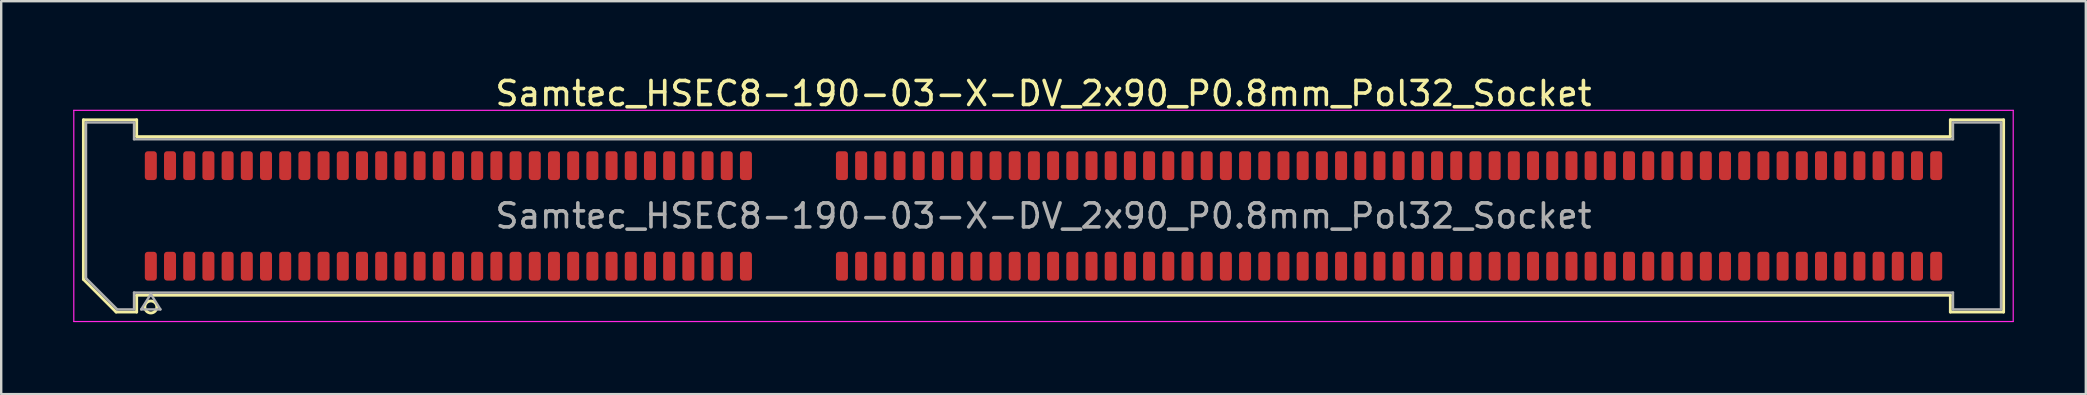
<source format=kicad_pcb>
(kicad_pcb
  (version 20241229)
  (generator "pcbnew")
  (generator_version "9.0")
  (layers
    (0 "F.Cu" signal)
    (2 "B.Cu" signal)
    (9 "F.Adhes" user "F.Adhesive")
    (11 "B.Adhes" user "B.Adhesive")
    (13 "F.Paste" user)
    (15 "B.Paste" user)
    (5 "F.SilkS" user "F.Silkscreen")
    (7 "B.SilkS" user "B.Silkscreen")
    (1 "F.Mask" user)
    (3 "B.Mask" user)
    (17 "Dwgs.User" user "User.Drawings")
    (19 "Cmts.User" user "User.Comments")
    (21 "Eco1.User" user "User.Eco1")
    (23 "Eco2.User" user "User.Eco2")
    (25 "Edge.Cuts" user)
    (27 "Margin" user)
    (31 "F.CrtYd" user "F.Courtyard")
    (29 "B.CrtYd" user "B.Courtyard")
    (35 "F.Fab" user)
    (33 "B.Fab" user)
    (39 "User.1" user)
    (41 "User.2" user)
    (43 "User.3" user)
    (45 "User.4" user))
  (footprint "Samtec_HSEC8-190-03-X-DV_2x90_P0.8mm_Pol32_Socket"
    (layer "F.Cu")
    (at 40.435 5.948)
    (property "Reference" "Samtec_HSEC8-190-03-X-DV_2x90_P0.8mm_Pol32_Socket" (at 0 -5.1 0) (layer "F.SilkS") (effects (font (size 1 1) (thickness 0.15))))
    (attr smd)
    (fp_line (start -40.01 -4.005) (end -37.79 -4.005) (stroke (width 0.12) (type solid)) (layer "F.SilkS"))
    (fp_line (start -40.01 2.641) (end -40.01 -4.005) (stroke (width 0.12) (type solid)) (layer "F.SilkS"))
    (fp_line (start -38.646 4.005) (end -40.01 2.641) (stroke (width 0.12) (type solid)) (layer "F.SilkS"))
    (fp_line (start -37.79 -4.005) (end -37.79 -3.305) (stroke (width 0.12) (type solid)) (layer "F.SilkS"))
    (fp_line (start -37.79 -3.305) (end 37.79 -3.305) (stroke (width 0.12) (type solid)) (layer "F.SilkS"))
    (fp_line (start -37.79 3.305) (end -37.79 4.005) (stroke (width 0.12) (type solid)) (layer "F.SilkS"))
    (fp_line (start -37.79 4.005) (end -38.646 4.005) (stroke (width 0.12) (type solid)) (layer "F.SilkS"))
    (fp_line (start 37.79 -4.005) (end 40.01 -4.005) (stroke (width 0.12) (type solid)) (layer "F.SilkS"))
    (fp_line (start 37.79 -3.305) (end 37.79 -4.005) (stroke (width 0.12) (type solid)) (layer "F.SilkS"))
    (fp_line (start 37.79 3.305) (end -37.79 3.305) (stroke (width 0.12) (type solid)) (layer "F.SilkS"))
    (fp_line (start 37.79 4.005) (end 37.79 3.305) (stroke (width 0.12) (type solid)) (layer "F.SilkS"))
    (fp_line (start 40.01 -4.005) (end 40.01 4.005) (stroke (width 0.12) (type solid)) (layer "F.SilkS"))
    (fp_line (start 40.01 4.005) (end 37.79 4.005) (stroke (width 0.12) (type solid)) (layer "F.SilkS"))
    (fp_circle (center -37.2 3.795) (end -36.95 3.795) (stroke (width 0.12) (type solid)) (fill no) (layer "F.SilkS"))
    (fp_line (start -40.41 -4.4) (end -40.41 4.4) (stroke (width 0.05) (type solid)) (layer "F.CrtYd"))
    (fp_line (start -40.41 4.4) (end 40.41 4.4) (stroke (width 0.05) (type solid)) (layer "F.CrtYd"))
    (fp_line (start 40.41 -4.4) (end -40.41 -4.4) (stroke (width 0.05) (type solid)) (layer "F.CrtYd"))
    (fp_line (start 40.41 4.4) (end 40.41 -4.4) (stroke (width 0.05) (type solid)) (layer "F.CrtYd"))
    (fp_line (start -39.9 -3.895) (end -37.9 -3.895) (stroke (width 0.1) (type solid)) (layer "F.Fab"))
    (fp_line (start -39.9 2.595) (end -39.9 -3.895) (stroke (width 0.1) (type solid)) (layer "F.Fab"))
    (fp_line (start -38.6 3.895) (end -39.9 2.595) (stroke (width 0.1) (type solid)) (layer "F.Fab"))
    (fp_line (start -37.9 -3.895) (end -37.9 -3.195) (stroke (width 0.1) (type solid)) (layer "F.Fab"))
    (fp_line (start -37.9 -3.195) (end 37.9 -3.195) (stroke (width 0.1) (type solid)) (layer "F.Fab"))
    (fp_line (start -37.9 3.195) (end -37.9 3.895) (stroke (width 0.1) (type solid)) (layer "F.Fab"))
    (fp_line (start -37.9 3.895) (end -38.6 3.895) (stroke (width 0.1) (type solid)) (layer "F.Fab"))
    (fp_line (start -37.6 3.895) (end -37.2 3.255) (stroke (width 0.1) (type solid)) (layer "F.Fab"))
    (fp_line (start -37.2 3.255) (end -36.8 3.895) (stroke (width 0.1) (type solid)) (layer "F.Fab"))
    (fp_line (start -36.8 3.895) (end -37.6 3.895) (stroke (width 0.1) (type solid)) (layer "F.Fab"))
    (fp_line (start 37.9 -3.895) (end 39.9 -3.895) (stroke (width 0.1) (type solid)) (layer "F.Fab"))
    (fp_line (start 37.9 -3.195) (end 37.9 -3.895) (stroke (width 0.1) (type solid)) (layer "F.Fab"))
    (fp_line (start 37.9 3.195) (end -37.9 3.195) (stroke (width 0.1) (type solid)) (layer "F.Fab"))
    (fp_line (start 37.9 3.895) (end 37.9 3.195) (stroke (width 0.1) (type solid)) (layer "F.Fab"))
    (fp_line (start 39.9 -3.895) (end 39.9 3.895) (stroke (width 0.1) (type solid)) (layer "F.Fab"))
    (fp_line (start 39.9 3.895) (end 37.9 3.895) (stroke (width 0.1) (type solid)) (layer "F.Fab"))
    (fp_text user "${REFERENCE}" (at 0 0 0) (layer "F.Fab") (effects (font (size 1 1) (thickness 0.15))))
    (pad "1" smd roundrect (at -37.2 2.095) (size 0.5 1.2) (layers "F.Cu" "F.Mask" "F.Paste") (roundrect_rratio 0.25))
    (pad "2" smd roundrect (at -37.2 -2.095) (size 0.5 1.2) (layers "F.Cu" "F.Mask" "F.Paste") (roundrect_rratio 0.25))
    (pad "3" smd roundrect (at -36.4 2.095) (size 0.5 1.2) (layers "F.Cu" "F.Mask" "F.Paste") (roundrect_rratio 0.25))
    (pad "4" smd roundrect (at -36.4 -2.095) (size 0.5 1.2) (layers "F.Cu" "F.Mask" "F.Paste") (roundrect_rratio 0.25))
    (pad "5" smd roundrect (at -35.6 2.095) (size 0.5 1.2) (layers "F.Cu" "F.Mask" "F.Paste") (roundrect_rratio 0.25))
    (pad "6" smd roundrect (at -35.6 -2.095) (size 0.5 1.2) (layers "F.Cu" "F.Mask" "F.Paste") (roundrect_rratio 0.25))
    (pad "7" smd roundrect (at -34.8 2.095) (size 0.5 1.2) (layers "F.Cu" "F.Mask" "F.Paste") (roundrect_rratio 0.25))
    (pad "8" smd roundrect (at -34.8 -2.095) (size 0.5 1.2) (layers "F.Cu" "F.Mask" "F.Paste") (roundrect_rratio 0.25))
    (pad "9" smd roundrect (at -34 2.095) (size 0.5 1.2) (layers "F.Cu" "F.Mask" "F.Paste") (roundrect_rratio 0.25))
    (pad "10" smd roundrect (at -34 -2.095) (size 0.5 1.2) (layers "F.Cu" "F.Mask" "F.Paste") (roundrect_rratio 0.25))
    (pad "11" smd roundrect (at -33.2 2.095) (size 0.5 1.2) (layers "F.Cu" "F.Mask" "F.Paste") (roundrect_rratio 0.25))
    (pad "12" smd roundrect (at -33.2 -2.095) (size 0.5 1.2) (layers "F.Cu" "F.Mask" "F.Paste") (roundrect_rratio 0.25))
    (pad "13" smd roundrect (at -32.4 2.095) (size 0.5 1.2) (layers "F.Cu" "F.Mask" "F.Paste") (roundrect_rratio 0.25))
    (pad "14" smd roundrect (at -32.4 -2.095) (size 0.5 1.2) (layers "F.Cu" "F.Mask" "F.Paste") (roundrect_rratio 0.25))
    (pad "15" smd roundrect (at -31.6 2.095) (size 0.5 1.2) (layers "F.Cu" "F.Mask" "F.Paste") (roundrect_rratio 0.25))
    (pad "16" smd roundrect (at -31.6 -2.095) (size 0.5 1.2) (layers "F.Cu" "F.Mask" "F.Paste") (roundrect_rratio 0.25))
    (pad "17" smd roundrect (at -30.8 2.095) (size 0.5 1.2) (layers "F.Cu" "F.Mask" "F.Paste") (roundrect_rratio 0.25))
    (pad "18" smd roundrect (at -30.8 -2.095) (size 0.5 1.2) (layers "F.Cu" "F.Mask" "F.Paste") (roundrect_rratio 0.25))
    (pad "19" smd roundrect (at -30 2.095) (size 0.5 1.2) (layers "F.Cu" "F.Mask" "F.Paste") (roundrect_rratio 0.25))
    (pad "20" smd roundrect (at -30 -2.095) (size 0.5 1.2) (layers "F.Cu" "F.Mask" "F.Paste") (roundrect_rratio 0.25))
    (pad "21" smd roundrect (at -29.2 2.095) (size 0.5 1.2) (layers "F.Cu" "F.Mask" "F.Paste") (roundrect_rratio 0.25))
    (pad "22" smd roundrect (at -29.2 -2.095) (size 0.5 1.2) (layers "F.Cu" "F.Mask" "F.Paste") (roundrect_rratio 0.25))
    (pad "23" smd roundrect (at -28.4 2.095) (size 0.5 1.2) (layers "F.Cu" "F.Mask" "F.Paste") (roundrect_rratio 0.25))
    (pad "24" smd roundrect (at -28.4 -2.095) (size 0.5 1.2) (layers "F.Cu" "F.Mask" "F.Paste") (roundrect_rratio 0.25))
    (pad "25" smd roundrect (at -27.6 2.095) (size 0.5 1.2) (layers "F.Cu" "F.Mask" "F.Paste") (roundrect_rratio 0.25))
    (pad "26" smd roundrect (at -27.6 -2.095) (size 0.5 1.2) (layers "F.Cu" "F.Mask" "F.Paste") (roundrect_rratio 0.25))
    (pad "27" smd roundrect (at -26.8 2.095) (size 0.5 1.2) (layers "F.Cu" "F.Mask" "F.Paste") (roundrect_rratio 0.25))
    (pad "28" smd roundrect (at -26.8 -2.095) (size 0.5 1.2) (layers "F.Cu" "F.Mask" "F.Paste") (roundrect_rratio 0.25))
    (pad "29" smd roundrect (at -26 2.095) (size 0.5 1.2) (layers "F.Cu" "F.Mask" "F.Paste") (roundrect_rratio 0.25))
    (pad "30" smd roundrect (at -26 -2.095) (size 0.5 1.2) (layers "F.Cu" "F.Mask" "F.Paste") (roundrect_rratio 0.25))
    (pad "31" smd roundrect (at -25.2 2.095) (size 0.5 1.2) (layers "F.Cu" "F.Mask" "F.Paste") (roundrect_rratio 0.25))
    (pad "32" smd roundrect (at -25.2 -2.095) (size 0.5 1.2) (layers "F.Cu" "F.Mask" "F.Paste") (roundrect_rratio 0.25))
    (pad "33" smd roundrect (at -24.4 2.095) (size 0.5 1.2) (layers "F.Cu" "F.Mask" "F.Paste") (roundrect_rratio 0.25))
    (pad "34" smd roundrect (at -24.4 -2.095) (size 0.5 1.2) (layers "F.Cu" "F.Mask" "F.Paste") (roundrect_rratio 0.25))
    (pad "35" smd roundrect (at -23.6 2.095) (size 0.5 1.2) (layers "F.Cu" "F.Mask" "F.Paste") (roundrect_rratio 0.25))
    (pad "36" smd roundrect (at -23.6 -2.095) (size 0.5 1.2) (layers "F.Cu" "F.Mask" "F.Paste") (roundrect_rratio 0.25))
    (pad "37" smd roundrect (at -22.8 2.095) (size 0.5 1.2) (layers "F.Cu" "F.Mask" "F.Paste") (roundrect_rratio 0.25))
    (pad "38" smd roundrect (at -22.8 -2.095) (size 0.5 1.2) (layers "F.Cu" "F.Mask" "F.Paste") (roundrect_rratio 0.25))
    (pad "39" smd roundrect (at -22 2.095) (size 0.5 1.2) (layers "F.Cu" "F.Mask" "F.Paste") (roundrect_rratio 0.25))
    (pad "40" smd roundrect (at -22 -2.095) (size 0.5 1.2) (layers "F.Cu" "F.Mask" "F.Paste") (roundrect_rratio 0.25))
    (pad "41" smd roundrect (at -21.2 2.095) (size 0.5 1.2) (layers "F.Cu" "F.Mask" "F.Paste") (roundrect_rratio 0.25))
    (pad "42" smd roundrect (at -21.2 -2.095) (size 0.5 1.2) (layers "F.Cu" "F.Mask" "F.Paste") (roundrect_rratio 0.25))
    (pad "43" smd roundrect (at -20.4 2.095) (size 0.5 1.2) (layers "F.Cu" "F.Mask" "F.Paste") (roundrect_rratio 0.25))
    (pad "44" smd roundrect (at -20.4 -2.095) (size 0.5 1.2) (layers "F.Cu" "F.Mask" "F.Paste") (roundrect_rratio 0.25))
    (pad "45" smd roundrect (at -19.6 2.095) (size 0.5 1.2) (layers "F.Cu" "F.Mask" "F.Paste") (roundrect_rratio 0.25))
    (pad "46" smd roundrect (at -19.6 -2.095) (size 0.5 1.2) (layers "F.Cu" "F.Mask" "F.Paste") (roundrect_rratio 0.25))
    (pad "47" smd roundrect (at -18.8 2.095) (size 0.5 1.2) (layers "F.Cu" "F.Mask" "F.Paste") (roundrect_rratio 0.25))
    (pad "48" smd roundrect (at -18.8 -2.095) (size 0.5 1.2) (layers "F.Cu" "F.Mask" "F.Paste") (roundrect_rratio 0.25))
    (pad "49" smd roundrect (at -18 2.095) (size 0.5 1.2) (layers "F.Cu" "F.Mask" "F.Paste") (roundrect_rratio 0.25))
    (pad "50" smd roundrect (at -18 -2.095) (size 0.5 1.2) (layers "F.Cu" "F.Mask" "F.Paste") (roundrect_rratio 0.25))
    (pad "51" smd roundrect (at -17.2 2.095) (size 0.5 1.2) (layers "F.Cu" "F.Mask" "F.Paste") (roundrect_rratio 0.25))
    (pad "52" smd roundrect (at -17.2 -2.095) (size 0.5 1.2) (layers "F.Cu" "F.Mask" "F.Paste") (roundrect_rratio 0.25))
    (pad "53" smd roundrect (at -16.4 2.095) (size 0.5 1.2) (layers "F.Cu" "F.Mask" "F.Paste") (roundrect_rratio 0.25))
    (pad "54" smd roundrect (at -16.4 -2.095) (size 0.5 1.2) (layers "F.Cu" "F.Mask" "F.Paste") (roundrect_rratio 0.25))
    (pad "55" smd roundrect (at -15.6 2.095) (size 0.5 1.2) (layers "F.Cu" "F.Mask" "F.Paste") (roundrect_rratio 0.25))
    (pad "56" smd roundrect (at -15.6 -2.095) (size 0.5 1.2) (layers "F.Cu" "F.Mask" "F.Paste") (roundrect_rratio 0.25))
    (pad "57" smd roundrect (at -14.8 2.095) (size 0.5 1.2) (layers "F.Cu" "F.Mask" "F.Paste") (roundrect_rratio 0.25))
    (pad "58" smd roundrect (at -14.8 -2.095) (size 0.5 1.2) (layers "F.Cu" "F.Mask" "F.Paste") (roundrect_rratio 0.25))
    (pad "59" smd roundrect (at -14 2.095) (size 0.5 1.2) (layers "F.Cu" "F.Mask" "F.Paste") (roundrect_rratio 0.25))
    (pad "60" smd roundrect (at -14 -2.095) (size 0.5 1.2) (layers "F.Cu" "F.Mask" "F.Paste") (roundrect_rratio 0.25))
    (pad "61" smd roundrect (at -13.2 2.095) (size 0.5 1.2) (layers "F.Cu" "F.Mask" "F.Paste") (roundrect_rratio 0.25))
    (pad "62" smd roundrect (at -13.2 -2.095) (size 0.5 1.2) (layers "F.Cu" "F.Mask" "F.Paste") (roundrect_rratio 0.25))
    (pad "63" smd roundrect (at -12.4 2.095) (size 0.5 1.2) (layers "F.Cu" "F.Mask" "F.Paste") (roundrect_rratio 0.25))
    (pad "64" smd roundrect (at -12.4 -2.095) (size 0.5 1.2) (layers "F.Cu" "F.Mask" "F.Paste") (roundrect_rratio 0.25))
    (pad "65" smd roundrect (at -8.4 2.095) (size 0.5 1.2) (layers "F.Cu" "F.Mask" "F.Paste") (roundrect_rratio 0.25))
    (pad "66" smd roundrect (at -8.4 -2.095) (size 0.5 1.2) (layers "F.Cu" "F.Mask" "F.Paste") (roundrect_rratio 0.25))
    (pad "67" smd roundrect (at -7.6 2.095) (size 0.5 1.2) (layers "F.Cu" "F.Mask" "F.Paste") (roundrect_rratio 0.25))
    (pad "68" smd roundrect (at -7.6 -2.095) (size 0.5 1.2) (layers "F.Cu" "F.Mask" "F.Paste") (roundrect_rratio 0.25))
    (pad "69" smd roundrect (at -6.8 2.095) (size 0.5 1.2) (layers "F.Cu" "F.Mask" "F.Paste") (roundrect_rratio 0.25))
    (pad "70" smd roundrect (at -6.8 -2.095) (size 0.5 1.2) (layers "F.Cu" "F.Mask" "F.Paste") (roundrect_rratio 0.25))
    (pad "71" smd roundrect (at -6 2.095) (size 0.5 1.2) (layers "F.Cu" "F.Mask" "F.Paste") (roundrect_rratio 0.25))
    (pad "72" smd roundrect (at -6 -2.095) (size 0.5 1.2) (layers "F.Cu" "F.Mask" "F.Paste") (roundrect_rratio 0.25))
    (pad "73" smd roundrect (at -5.2 2.095) (size 0.5 1.2) (layers "F.Cu" "F.Mask" "F.Paste") (roundrect_rratio 0.25))
    (pad "74" smd roundrect (at -5.2 -2.095) (size 0.5 1.2) (layers "F.Cu" "F.Mask" "F.Paste") (roundrect_rratio 0.25))
    (pad "75" smd roundrect (at -4.4 2.095) (size 0.5 1.2) (layers "F.Cu" "F.Mask" "F.Paste") (roundrect_rratio 0.25))
    (pad "76" smd roundrect (at -4.4 -2.095) (size 0.5 1.2) (layers "F.Cu" "F.Mask" "F.Paste") (roundrect_rratio 0.25))
    (pad "77" smd roundrect (at -3.6 2.095) (size 0.5 1.2) (layers "F.Cu" "F.Mask" "F.Paste") (roundrect_rratio 0.25))
    (pad "78" smd roundrect (at -3.6 -2.095) (size 0.5 1.2) (layers "F.Cu" "F.Mask" "F.Paste") (roundrect_rratio 0.25))
    (pad "79" smd roundrect (at -2.8 2.095) (size 0.5 1.2) (layers "F.Cu" "F.Mask" "F.Paste") (roundrect_rratio 0.25))
    (pad "80" smd roundrect (at -2.8 -2.095) (size 0.5 1.2) (layers "F.Cu" "F.Mask" "F.Paste") (roundrect_rratio 0.25))
    (pad "81" smd roundrect (at -2 2.095) (size 0.5 1.2) (layers "F.Cu" "F.Mask" "F.Paste") (roundrect_rratio 0.25))
    (pad "82" smd roundrect (at -2 -2.095) (size 0.5 1.2) (layers "F.Cu" "F.Mask" "F.Paste") (roundrect_rratio 0.25))
    (pad "83" smd roundrect (at -1.2 2.095) (size 0.5 1.2) (layers "F.Cu" "F.Mask" "F.Paste") (roundrect_rratio 0.25))
    (pad "84" smd roundrect (at -1.2 -2.095) (size 0.5 1.2) (layers "F.Cu" "F.Mask" "F.Paste") (roundrect_rratio 0.25))
    (pad "85" smd roundrect (at -0.4 2.095) (size 0.5 1.2) (layers "F.Cu" "F.Mask" "F.Paste") (roundrect_rratio 0.25))
    (pad "86" smd roundrect (at -0.4 -2.095) (size 0.5 1.2) (layers "F.Cu" "F.Mask" "F.Paste") (roundrect_rratio 0.25))
    (pad "87" smd roundrect (at 0.4 2.095) (size 0.5 1.2) (layers "F.Cu" "F.Mask" "F.Paste") (roundrect_rratio 0.25))
    (pad "88" smd roundrect (at 0.4 -2.095) (size 0.5 1.2) (layers "F.Cu" "F.Mask" "F.Paste") (roundrect_rratio 0.25))
    (pad "89" smd roundrect (at 1.2 2.095) (size 0.5 1.2) (layers "F.Cu" "F.Mask" "F.Paste") (roundrect_rratio 0.25))
    (pad "90" smd roundrect (at 1.2 -2.095) (size 0.5 1.2) (layers "F.Cu" "F.Mask" "F.Paste") (roundrect_rratio 0.25))
    (pad "91" smd roundrect (at 2 2.095) (size 0.5 1.2) (layers "F.Cu" "F.Mask" "F.Paste") (roundrect_rratio 0.25))
    (pad "92" smd roundrect (at 2 -2.095) (size 0.5 1.2) (layers "F.Cu" "F.Mask" "F.Paste") (roundrect_rratio 0.25))
    (pad "93" smd roundrect (at 2.8 2.095) (size 0.5 1.2) (layers "F.Cu" "F.Mask" "F.Paste") (roundrect_rratio 0.25))
    (pad "94" smd roundrect (at 2.8 -2.095) (size 0.5 1.2) (layers "F.Cu" "F.Mask" "F.Paste") (roundrect_rratio 0.25))
    (pad "95" smd roundrect (at 3.6 2.095) (size 0.5 1.2) (layers "F.Cu" "F.Mask" "F.Paste") (roundrect_rratio 0.25))
    (pad "96" smd roundrect (at 3.6 -2.095) (size 0.5 1.2) (layers "F.Cu" "F.Mask" "F.Paste") (roundrect_rratio 0.25))
    (pad "97" smd roundrect (at 4.4 2.095) (size 0.5 1.2) (layers "F.Cu" "F.Mask" "F.Paste") (roundrect_rratio 0.25))
    (pad "98" smd roundrect (at 4.4 -2.095) (size 0.5 1.2) (layers "F.Cu" "F.Mask" "F.Paste") (roundrect_rratio 0.25))
    (pad "99" smd roundrect (at 5.2 2.095) (size 0.5 1.2) (layers "F.Cu" "F.Mask" "F.Paste") (roundrect_rratio 0.25))
    (pad "100" smd roundrect (at 5.2 -2.095) (size 0.5 1.2) (layers "F.Cu" "F.Mask" "F.Paste") (roundrect_rratio 0.25))
    (pad "101" smd roundrect (at 6 2.095) (size 0.5 1.2) (layers "F.Cu" "F.Mask" "F.Paste") (roundrect_rratio 0.25))
    (pad "102" smd roundrect (at 6 -2.095) (size 0.5 1.2) (layers "F.Cu" "F.Mask" "F.Paste") (roundrect_rratio 0.25))
    (pad "103" smd roundrect (at 6.8 2.095) (size 0.5 1.2) (layers "F.Cu" "F.Mask" "F.Paste") (roundrect_rratio 0.25))
    (pad "104" smd roundrect (at 6.8 -2.095) (size 0.5 1.2) (layers "F.Cu" "F.Mask" "F.Paste") (roundrect_rratio 0.25))
    (pad "105" smd roundrect (at 7.6 2.095) (size 0.5 1.2) (layers "F.Cu" "F.Mask" "F.Paste") (roundrect_rratio 0.25))
    (pad "106" smd roundrect (at 7.6 -2.095) (size 0.5 1.2) (layers "F.Cu" "F.Mask" "F.Paste") (roundrect_rratio 0.25))
    (pad "107" smd roundrect (at 8.4 2.095) (size 0.5 1.2) (layers "F.Cu" "F.Mask" "F.Paste") (roundrect_rratio 0.25))
    (pad "108" smd roundrect (at 8.4 -2.095) (size 0.5 1.2) (layers "F.Cu" "F.Mask" "F.Paste") (roundrect_rratio 0.25))
    (pad "109" smd roundrect (at 9.2 2.095) (size 0.5 1.2) (layers "F.Cu" "F.Mask" "F.Paste") (roundrect_rratio 0.25))
    (pad "110" smd roundrect (at 9.2 -2.095) (size 0.5 1.2) (layers "F.Cu" "F.Mask" "F.Paste") (roundrect_rratio 0.25))
    (pad "111" smd roundrect (at 10 2.095) (size 0.5 1.2) (layers "F.Cu" "F.Mask" "F.Paste") (roundrect_rratio 0.25))
    (pad "112" smd roundrect (at 10 -2.095) (size 0.5 1.2) (layers "F.Cu" "F.Mask" "F.Paste") (roundrect_rratio 0.25))
    (pad "113" smd roundrect (at 10.8 2.095) (size 0.5 1.2) (layers "F.Cu" "F.Mask" "F.Paste") (roundrect_rratio 0.25))
    (pad "114" smd roundrect (at 10.8 -2.095) (size 0.5 1.2) (layers "F.Cu" "F.Mask" "F.Paste") (roundrect_rratio 0.25))
    (pad "115" smd roundrect (at 11.6 2.095) (size 0.5 1.2) (layers "F.Cu" "F.Mask" "F.Paste") (roundrect_rratio 0.25))
    (pad "116" smd roundrect (at 11.6 -2.095) (size 0.5 1.2) (layers "F.Cu" "F.Mask" "F.Paste") (roundrect_rratio 0.25))
    (pad "117" smd roundrect (at 12.4 2.095) (size 0.5 1.2) (layers "F.Cu" "F.Mask" "F.Paste") (roundrect_rratio 0.25))
    (pad "118" smd roundrect (at 12.4 -2.095) (size 0.5 1.2) (layers "F.Cu" "F.Mask" "F.Paste") (roundrect_rratio 0.25))
    (pad "119" smd roundrect (at 13.2 2.095) (size 0.5 1.2) (layers "F.Cu" "F.Mask" "F.Paste") (roundrect_rratio 0.25))
    (pad "120" smd roundrect (at 13.2 -2.095) (size 0.5 1.2) (layers "F.Cu" "F.Mask" "F.Paste") (roundrect_rratio 0.25))
    (pad "121" smd roundrect (at 14 2.095) (size 0.5 1.2) (layers "F.Cu" "F.Mask" "F.Paste") (roundrect_rratio 0.25))
    (pad "122" smd roundrect (at 14 -2.095) (size 0.5 1.2) (layers "F.Cu" "F.Mask" "F.Paste") (roundrect_rratio 0.25))
    (pad "123" smd roundrect (at 14.8 2.095) (size 0.5 1.2) (layers "F.Cu" "F.Mask" "F.Paste") (roundrect_rratio 0.25))
    (pad "124" smd roundrect (at 14.8 -2.095) (size 0.5 1.2) (layers "F.Cu" "F.Mask" "F.Paste") (roundrect_rratio 0.25))
    (pad "125" smd roundrect (at 15.6 2.095) (size 0.5 1.2) (layers "F.Cu" "F.Mask" "F.Paste") (roundrect_rratio 0.25))
    (pad "126" smd roundrect (at 15.6 -2.095) (size 0.5 1.2) (layers "F.Cu" "F.Mask" "F.Paste") (roundrect_rratio 0.25))
    (pad "127" smd roundrect (at 16.4 2.095) (size 0.5 1.2) (layers "F.Cu" "F.Mask" "F.Paste") (roundrect_rratio 0.25))
    (pad "128" smd roundrect (at 16.4 -2.095) (size 0.5 1.2) (layers "F.Cu" "F.Mask" "F.Paste") (roundrect_rratio 0.25))
    (pad "129" smd roundrect (at 17.2 2.095) (size 0.5 1.2) (layers "F.Cu" "F.Mask" "F.Paste") (roundrect_rratio 0.25))
    (pad "130" smd roundrect (at 17.2 -2.095) (size 0.5 1.2) (layers "F.Cu" "F.Mask" "F.Paste") (roundrect_rratio 0.25))
    (pad "131" smd roundrect (at 18 2.095) (size 0.5 1.2) (layers "F.Cu" "F.Mask" "F.Paste") (roundrect_rratio 0.25))
    (pad "132" smd roundrect (at 18 -2.095) (size 0.5 1.2) (layers "F.Cu" "F.Mask" "F.Paste") (roundrect_rratio 0.25))
    (pad "133" smd roundrect (at 18.8 2.095) (size 0.5 1.2) (layers "F.Cu" "F.Mask" "F.Paste") (roundrect_rratio 0.25))
    (pad "134" smd roundrect (at 18.8 -2.095) (size 0.5 1.2) (layers "F.Cu" "F.Mask" "F.Paste") (roundrect_rratio 0.25))
    (pad "135" smd roundrect (at 19.6 2.095) (size 0.5 1.2) (layers "F.Cu" "F.Mask" "F.Paste") (roundrect_rratio 0.25))
    (pad "136" smd roundrect (at 19.6 -2.095) (size 0.5 1.2) (layers "F.Cu" "F.Mask" "F.Paste") (roundrect_rratio 0.25))
    (pad "137" smd roundrect (at 20.4 2.095) (size 0.5 1.2) (layers "F.Cu" "F.Mask" "F.Paste") (roundrect_rratio 0.25))
    (pad "138" smd roundrect (at 20.4 -2.095) (size 0.5 1.2) (layers "F.Cu" "F.Mask" "F.Paste") (roundrect_rratio 0.25))
    (pad "139" smd roundrect (at 21.2 2.095) (size 0.5 1.2) (layers "F.Cu" "F.Mask" "F.Paste") (roundrect_rratio 0.25))
    (pad "140" smd roundrect (at 21.2 -2.095) (size 0.5 1.2) (layers "F.Cu" "F.Mask" "F.Paste") (roundrect_rratio 0.25))
    (pad "141" smd roundrect (at 22 2.095) (size 0.5 1.2) (layers "F.Cu" "F.Mask" "F.Paste") (roundrect_rratio 0.25))
    (pad "142" smd roundrect (at 22 -2.095) (size 0.5 1.2) (layers "F.Cu" "F.Mask" "F.Paste") (roundrect_rratio 0.25))
    (pad "143" smd roundrect (at 22.8 2.095) (size 0.5 1.2) (layers "F.Cu" "F.Mask" "F.Paste") (roundrect_rratio 0.25))
    (pad "144" smd roundrect (at 22.8 -2.095) (size 0.5 1.2) (layers "F.Cu" "F.Mask" "F.Paste") (roundrect_rratio 0.25))
    (pad "145" smd roundrect (at 23.6 2.095) (size 0.5 1.2) (layers "F.Cu" "F.Mask" "F.Paste") (roundrect_rratio 0.25))
    (pad "146" smd roundrect (at 23.6 -2.095) (size 0.5 1.2) (layers "F.Cu" "F.Mask" "F.Paste") (roundrect_rratio 0.25))
    (pad "147" smd roundrect (at 24.4 2.095) (size 0.5 1.2) (layers "F.Cu" "F.Mask" "F.Paste") (roundrect_rratio 0.25))
    (pad "148" smd roundrect (at 24.4 -2.095) (size 0.5 1.2) (layers "F.Cu" "F.Mask" "F.Paste") (roundrect_rratio 0.25))
    (pad "149" smd roundrect (at 25.2 2.095) (size 0.5 1.2) (layers "F.Cu" "F.Mask" "F.Paste") (roundrect_rratio 0.25))
    (pad "150" smd roundrect (at 25.2 -2.095) (size 0.5 1.2) (layers "F.Cu" "F.Mask" "F.Paste") (roundrect_rratio 0.25))
    (pad "151" smd roundrect (at 26 2.095) (size 0.5 1.2) (layers "F.Cu" "F.Mask" "F.Paste") (roundrect_rratio 0.25))
    (pad "152" smd roundrect (at 26 -2.095) (size 0.5 1.2) (layers "F.Cu" "F.Mask" "F.Paste") (roundrect_rratio 0.25))
    (pad "153" smd roundrect (at 26.8 2.095) (size 0.5 1.2) (layers "F.Cu" "F.Mask" "F.Paste") (roundrect_rratio 0.25))
    (pad "154" smd roundrect (at 26.8 -2.095) (size 0.5 1.2) (layers "F.Cu" "F.Mask" "F.Paste") (roundrect_rratio 0.25))
    (pad "155" smd roundrect (at 27.6 2.095) (size 0.5 1.2) (layers "F.Cu" "F.Mask" "F.Paste") (roundrect_rratio 0.25))
    (pad "156" smd roundrect (at 27.6 -2.095) (size 0.5 1.2) (layers "F.Cu" "F.Mask" "F.Paste") (roundrect_rratio 0.25))
    (pad "157" smd roundrect (at 28.4 2.095) (size 0.5 1.2) (layers "F.Cu" "F.Mask" "F.Paste") (roundrect_rratio 0.25))
    (pad "158" smd roundrect (at 28.4 -2.095) (size 0.5 1.2) (layers "F.Cu" "F.Mask" "F.Paste") (roundrect_rratio 0.25))
    (pad "159" smd roundrect (at 29.2 2.095) (size 0.5 1.2) (layers "F.Cu" "F.Mask" "F.Paste") (roundrect_rratio 0.25))
    (pad "160" smd roundrect (at 29.2 -2.095) (size 0.5 1.2) (layers "F.Cu" "F.Mask" "F.Paste") (roundrect_rratio 0.25))
    (pad "161" smd roundrect (at 30 2.095) (size 0.5 1.2) (layers "F.Cu" "F.Mask" "F.Paste") (roundrect_rratio 0.25))
    (pad "162" smd roundrect (at 30 -2.095) (size 0.5 1.2) (layers "F.Cu" "F.Mask" "F.Paste") (roundrect_rratio 0.25))
    (pad "163" smd roundrect (at 30.8 2.095) (size 0.5 1.2) (layers "F.Cu" "F.Mask" "F.Paste") (roundrect_rratio 0.25))
    (pad "164" smd roundrect (at 30.8 -2.095) (size 0.5 1.2) (layers "F.Cu" "F.Mask" "F.Paste") (roundrect_rratio 0.25))
    (pad "165" smd roundrect (at 31.6 2.095) (size 0.5 1.2) (layers "F.Cu" "F.Mask" "F.Paste") (roundrect_rratio 0.25))
    (pad "166" smd roundrect (at 31.6 -2.095) (size 0.5 1.2) (layers "F.Cu" "F.Mask" "F.Paste") (roundrect_rratio 0.25))
    (pad "167" smd roundrect (at 32.4 2.095) (size 0.5 1.2) (layers "F.Cu" "F.Mask" "F.Paste") (roundrect_rratio 0.25))
    (pad "168" smd roundrect (at 32.4 -2.095) (size 0.5 1.2) (layers "F.Cu" "F.Mask" "F.Paste") (roundrect_rratio 0.25))
    (pad "169" smd roundrect (at 33.2 2.095) (size 0.5 1.2) (layers "F.Cu" "F.Mask" "F.Paste") (roundrect_rratio 0.25))
    (pad "170" smd roundrect (at 33.2 -2.095) (size 0.5 1.2) (layers "F.Cu" "F.Mask" "F.Paste") (roundrect_rratio 0.25))
    (pad "171" smd roundrect (at 34 2.095) (size 0.5 1.2) (layers "F.Cu" "F.Mask" "F.Paste") (roundrect_rratio 0.25))
    (pad "172" smd roundrect (at 34 -2.095) (size 0.5 1.2) (layers "F.Cu" "F.Mask" "F.Paste") (roundrect_rratio 0.25))
    (pad "173" smd roundrect (at 34.8 2.095) (size 0.5 1.2) (layers "F.Cu" "F.Mask" "F.Paste") (roundrect_rratio 0.25))
    (pad "174" smd roundrect (at 34.8 -2.095) (size 0.5 1.2) (layers "F.Cu" "F.Mask" "F.Paste") (roundrect_rratio 0.25))
    (pad "175" smd roundrect (at 35.6 2.095) (size 0.5 1.2) (layers "F.Cu" "F.Mask" "F.Paste") (roundrect_rratio 0.25))
    (pad "176" smd roundrect (at 35.6 -2.095) (size 0.5 1.2) (layers "F.Cu" "F.Mask" "F.Paste") (roundrect_rratio 0.25))
    (pad "177" smd roundrect (at 36.4 2.095) (size 0.5 1.2) (layers "F.Cu" "F.Mask" "F.Paste") (roundrect_rratio 0.25))
    (pad "178" smd roundrect (at 36.4 -2.095) (size 0.5 1.2) (layers "F.Cu" "F.Mask" "F.Paste") (roundrect_rratio 0.25))
    (pad "179" smd roundrect (at 37.2 2.095) (size 0.5 1.2) (layers "F.Cu" "F.Mask" "F.Paste") (roundrect_rratio 0.25))
    (pad "180" smd roundrect (at 37.2 -2.095) (size 0.5 1.2) (layers "F.Cu" "F.Mask" "F.Paste") (roundrect_rratio 0.25)))
  (gr_rect
    (start -3 -3)
    (end 83.87 13.373)
    (stroke (width 0.1) (type default))
    (fill no)
    (layer "Edge.Cuts")))
</source>
